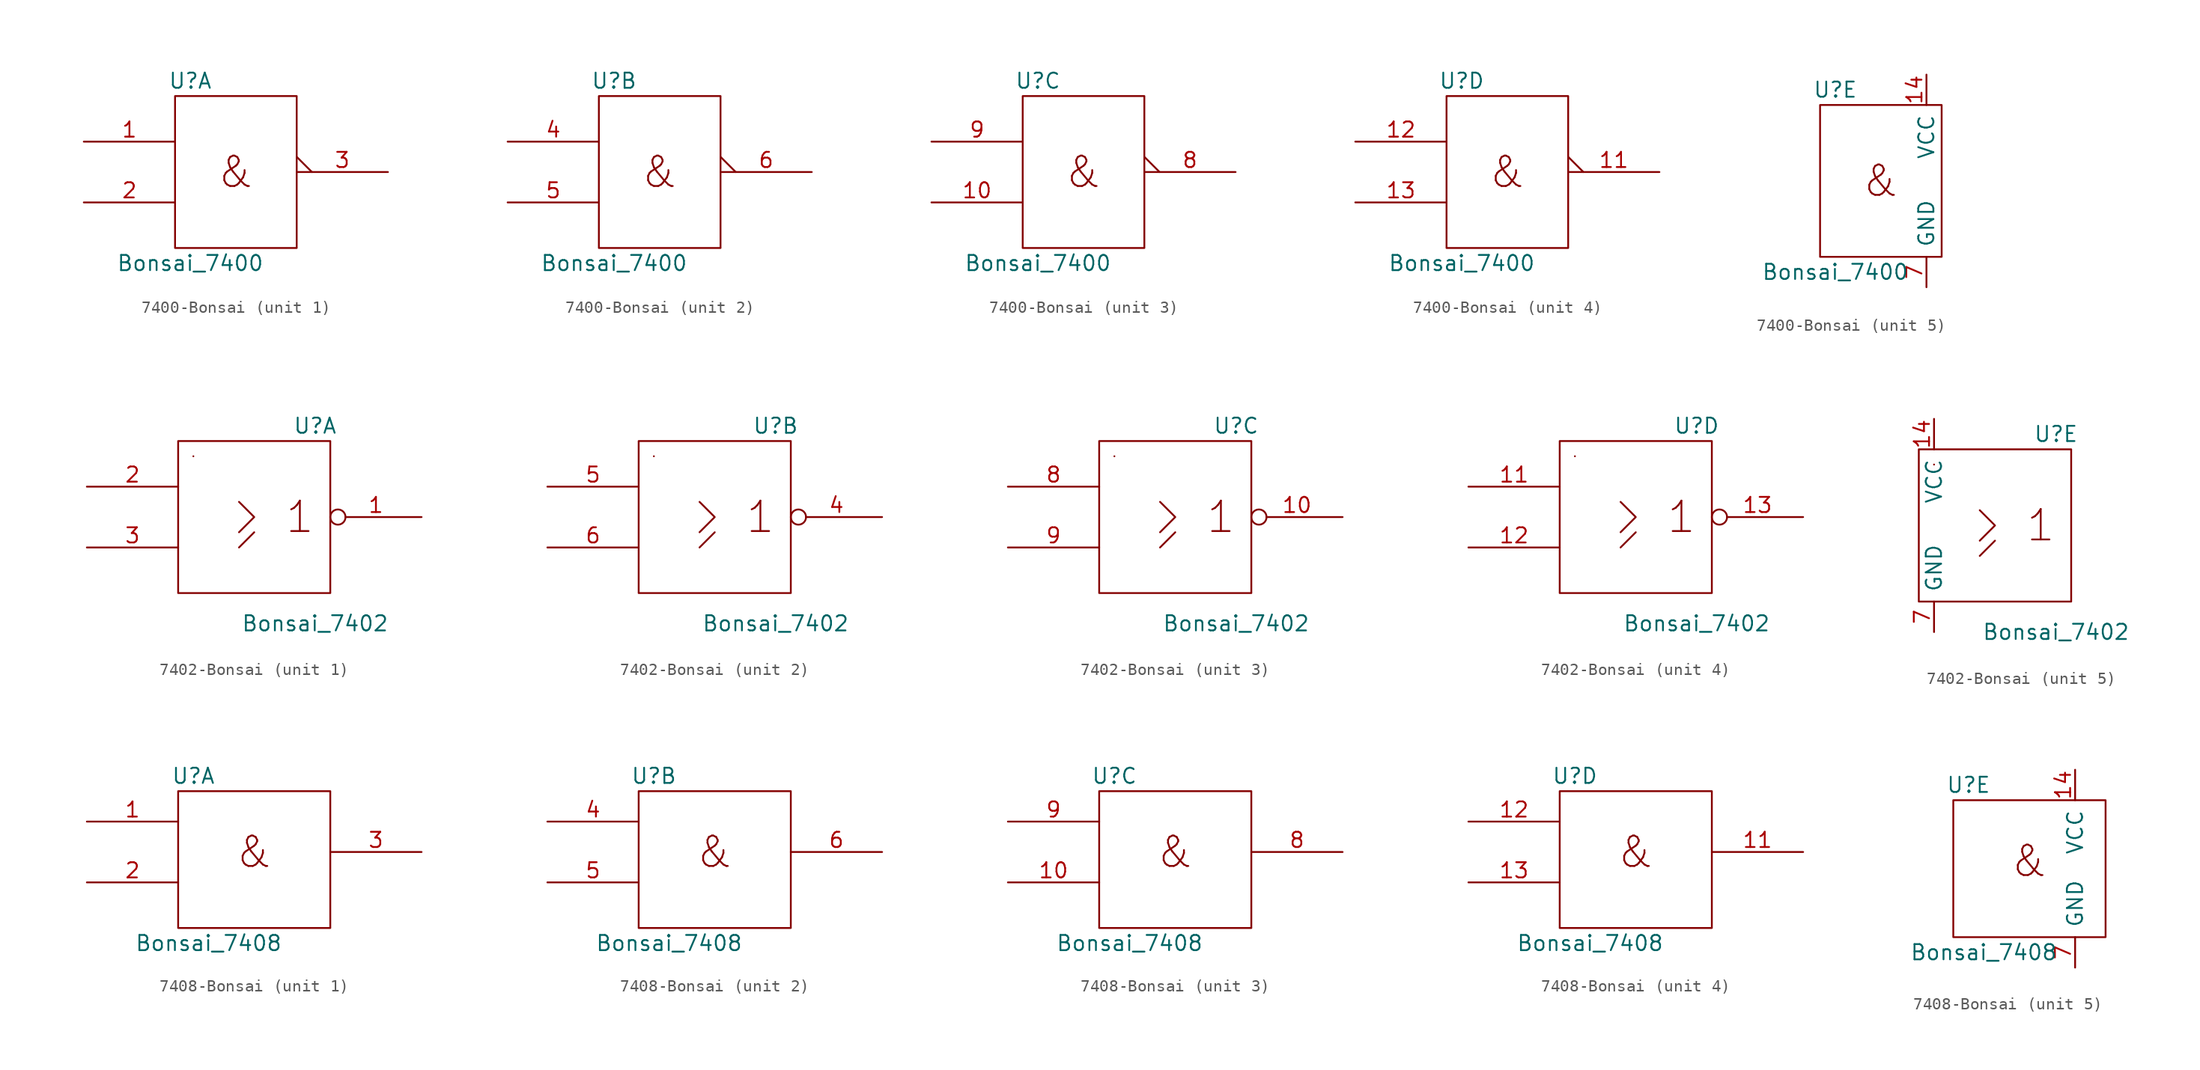
<source format=kicad_sym>
(kicad_symbol_lib
  (version 20220914)
  (generator kicad_symbol_editor)
  (symbol "7400-Bonsai"
    (pin_names
      (offset 0.762))
    (property "Reference" "U"
      (at -3.81 7.62 0)
      (effects (font (size 1.27 1.27))))
    (property "Value" "Bonsai_7400"
      (at -3.81 -7.62 0)
      (effects (font (size 1.27 1.27))))
    (property "ki_locked" ""
      (at 0 0 0)
      (effects (font (size 1.27 1.27))))
    (symbol "7400-Bonsai_0_0"
      (text "&" (at 0 0 0) (effects (font (size 2.54 2.54)))))
    (symbol "7400-Bonsai_0_1"
      (rectangle (start -5.08 6.35) (end 5.08 -6.35) (stroke (width 0) (type solid)) (fill (type none))))
    (symbol "7400-Bonsai_1_1"
      (pin input line (at -12.7 2.54 0) (length 7.62) (name "~" (effects (font (size 1.27 1.27)))) (number "1" (effects (font (size 1.27 1.27)))))
      (pin input line (at -12.7 -2.54 0) (length 7.62) (name "~" (effects (font (size 1.27 1.27)))) (number "2" (effects (font (size 1.27 1.27)))))
      (pin output output_low (at 12.7 0 180) (length 7.62) (name "~" (effects (font (size 1.27 1.27)))) (number "3" (effects (font (size 1.27 1.27))))))
    (symbol "7400-Bonsai_2_1"
      (pin input line (at -12.7 2.54 0) (length 7.62) (name "~" (effects (font (size 1.27 1.27)))) (number "4" (effects (font (size 1.27 1.27)))))
      (pin input line (at -12.7 -2.54 0) (length 7.62) (name "~" (effects (font (size 1.27 1.27)))) (number "5" (effects (font (size 1.27 1.27)))))
      (pin output output_low (at 12.7 0 180) (length 7.62) (name "~" (effects (font (size 1.27 1.27)))) (number "6" (effects (font (size 1.27 1.27))))))
    (symbol "7400-Bonsai_3_1"
      (pin input line (at -12.7 -2.54 0) (length 7.62) (name "~" (effects (font (size 1.27 1.27)))) (number "10" (effects (font (size 1.27 1.27)))))
      (pin output output_low (at 12.7 0 180) (length 7.62) (name "~" (effects (font (size 1.27 1.27)))) (number "8" (effects (font (size 1.27 1.27)))))
      (pin input line (at -12.7 2.54 0) (length 7.62) (name "~" (effects (font (size 1.27 1.27)))) (number "9" (effects (font (size 1.27 1.27))))))
    (symbol "7400-Bonsai_4_1"
      (pin output output_low (at 12.7 0 180) (length 7.62) (name "~" (effects (font (size 1.27 1.27)))) (number "11" (effects (font (size 1.27 1.27)))))
      (pin input line (at -12.7 2.54 0) (length 7.62) (name "~" (effects (font (size 1.27 1.27)))) (number "12" (effects (font (size 1.27 1.27)))))
      (pin input line (at -12.7 -2.54 0) (length 7.62) (name "~" (effects (font (size 1.27 1.27)))) (number "13" (effects (font (size 1.27 1.27))))))
    (symbol "7400-Bonsai_5_1"
      (pin power_in line (at 3.81 8.89 270) (length 2.54) (name "VCC" (effects (font (size 1.27 1.27)))) (number "14" (effects (font (size 1.27 1.27)))))
      (pin power_in line (at 3.81 -8.89 90) (length 2.54) (name "GND" (effects (font (size 1.27 1.27)))) (number "7" (effects (font (size 1.27 1.27)))))))
  (symbol "7402-Bonsai"
    (pin_names
      (offset 0.762))
    (property "Reference" "U"
      (at 5.08 7.62 0)
      (effects (font (size 1.27 1.27))))
    (property "Value" "Bonsai_7402"
      (at 5.08 -8.89 0)
      (effects (font (size 1.27 1.27))))
    (property "ki_locked" ""
      (at 0 0 0)
      (effects (font (size 1.27 1.27))))
    (symbol "7402-Bonsai_0_0"
      (rectangle (start -5.08 5.08) (end -5.08 5.08) (stroke (width 0) (type solid)) (fill (type none)))
      (polyline (pts (xy -1.27 -2.54) (xy 0 -1.27) (xy 0 -1.27)) (stroke (width 0) (type solid)) (fill (type none)))
      (polyline (pts (xy -1.27 1.27) (xy 0 0) (xy -1.27 -1.27) (xy -1.27 -1.27)) (stroke (width 0) (type solid)) (fill (type none)))
      (text "1" (at 3.81 0 0) (effects (font (size 2.54 2.54)))))
    (symbol "7402-Bonsai_0_1"
      (rectangle (start -6.35 6.35) (end 6.35 -6.35) (stroke (width 0) (type solid)) (fill (type none))))
    (symbol "7402-Bonsai_1_1"
      (pin output inverted (at 13.97 0 180) (length 7.62) (name "~" (effects (font (size 1.27 1.27)))) (number "1" (effects (font (size 1.27 1.27)))))
      (pin input line (at -13.97 2.54 0) (length 7.62) (name "~" (effects (font (size 1.27 1.27)))) (number "2" (effects (font (size 1.27 1.27)))))
      (pin input line (at -13.97 -2.54 0) (length 7.62) (name "~" (effects (font (size 1.27 1.27)))) (number "3" (effects (font (size 1.27 1.27))))))
    (symbol "7402-Bonsai_2_1"
      (pin output inverted (at 13.97 0 180) (length 7.62) (name "~" (effects (font (size 1.27 1.27)))) (number "4" (effects (font (size 1.27 1.27)))))
      (pin input line (at -13.97 2.54 0) (length 7.62) (name "~" (effects (font (size 1.27 1.27)))) (number "5" (effects (font (size 1.27 1.27)))))
      (pin input line (at -13.97 -2.54 0) (length 7.62) (name "~" (effects (font (size 1.27 1.27)))) (number "6" (effects (font (size 1.27 1.27))))))
    (symbol "7402-Bonsai_3_1"
      (pin output inverted (at 13.97 0 180) (length 7.62) (name "~" (effects (font (size 1.27 1.27)))) (number "10" (effects (font (size 1.27 1.27)))))
      (pin input line (at -13.97 2.54 0) (length 7.62) (name "~" (effects (font (size 1.27 1.27)))) (number "8" (effects (font (size 1.27 1.27)))))
      (pin input line (at -13.97 -2.54 0) (length 7.62) (name "~" (effects (font (size 1.27 1.27)))) (number "9" (effects (font (size 1.27 1.27))))))
    (symbol "7402-Bonsai_4_1"
      (pin input line (at -13.97 2.54 0) (length 7.62) (name "~" (effects (font (size 1.27 1.27)))) (number "11" (effects (font (size 1.27 1.27)))))
      (pin input line (at -13.97 -2.54 0) (length 7.62) (name "~" (effects (font (size 1.27 1.27)))) (number "12" (effects (font (size 1.27 1.27)))))
      (pin output inverted (at 13.97 0 180) (length 7.62) (name "~" (effects (font (size 1.27 1.27)))) (number "13" (effects (font (size 1.27 1.27))))))
    (symbol "7402-Bonsai_5_1"
      (pin power_in line (at -5.08 8.89 270) (length 2.54) (name "VCC" (effects (font (size 1.27 1.27)))) (number "14" (effects (font (size 1.27 1.27)))))
      (pin power_in line (at -5.08 -8.89 90) (length 2.54) (name "GND" (effects (font (size 1.27 1.27)))) (number "7" (effects (font (size 1.27 1.27)))))))
  (symbol "7408-Bonsai"
    (pin_names
      (offset 0.762))
    (property "Reference" "U"
      (at -5.08 6.35 0)
      (effects (font (size 1.27 1.27))))
    (property "Value" "Bonsai_7408"
      (at -3.81 -7.62 0)
      (effects (font (size 1.27 1.27))))
    (property "ki_locked" ""
      (at 0 0 0)
      (effects (font (size 1.27 1.27))))
    (symbol "7408-Bonsai_0_1"
      (rectangle (start -6.35 5.08) (end 6.35 -6.35) (stroke (width 0) (type solid)) (fill (type none)))
      (text "&" (at 0 0 0) (effects (font (size 2.54 2.54)))))
    (symbol "7408-Bonsai_1_1"
      (pin input line (at -13.97 2.54 0) (length 7.62) (name "~" (effects (font (size 1.27 1.27)))) (number "1" (effects (font (size 1.27 1.27)))))
      (pin input line (at -13.97 -2.54 0) (length 7.62) (name "~" (effects (font (size 1.27 1.27)))) (number "2" (effects (font (size 1.27 1.27)))))
      (pin output line (at 13.97 0 180) (length 7.62) (name "~" (effects (font (size 1.27 1.27)))) (number "3" (effects (font (size 1.27 1.27))))))
    (symbol "7408-Bonsai_2_1"
      (pin input line (at -13.97 2.54 0) (length 7.62) (name "~" (effects (font (size 1.27 1.27)))) (number "4" (effects (font (size 1.27 1.27)))))
      (pin input line (at -13.97 -2.54 0) (length 7.62) (name "~" (effects (font (size 1.27 1.27)))) (number "5" (effects (font (size 1.27 1.27)))))
      (pin output line (at 13.97 0 180) (length 7.62) (name "~" (effects (font (size 1.27 1.27)))) (number "6" (effects (font (size 1.27 1.27))))))
    (symbol "7408-Bonsai_3_1"
      (pin input line (at -13.97 -2.54 0) (length 7.62) (name "~" (effects (font (size 1.27 1.27)))) (number "10" (effects (font (size 1.27 1.27)))))
      (pin output line (at 13.97 0 180) (length 7.62) (name "~" (effects (font (size 1.27 1.27)))) (number "8" (effects (font (size 1.27 1.27)))))
      (pin input line (at -13.97 2.54 0) (length 7.62) (name "~" (effects (font (size 1.27 1.27)))) (number "9" (effects (font (size 1.27 1.27))))))
    (symbol "7408-Bonsai_4_1"
      (pin output line (at 13.97 0 180) (length 7.62) (name "~" (effects (font (size 1.27 1.27)))) (number "11" (effects (font (size 1.27 1.27)))))
      (pin input line (at -13.97 2.54 0) (length 7.62) (name "~" (effects (font (size 1.27 1.27)))) (number "12" (effects (font (size 1.27 1.27)))))
      (pin input line (at -13.97 -2.54 0) (length 7.62) (name "~" (effects (font (size 1.27 1.27)))) (number "13" (effects (font (size 1.27 1.27))))))
    (symbol "7408-Bonsai_5_1"
      (pin power_in line (at 3.81 7.62 270) (length 2.54) (name "VCC" (effects (font (size 1.27 1.27)))) (number "14" (effects (font (size 1.27 1.27)))))
      (pin power_in line (at 3.81 -8.89 90) (length 2.54) (name "GND" (effects (font (size 1.27 1.27)))) (number "7" (effects (font (size 1.27 1.27))))))))
</source>
